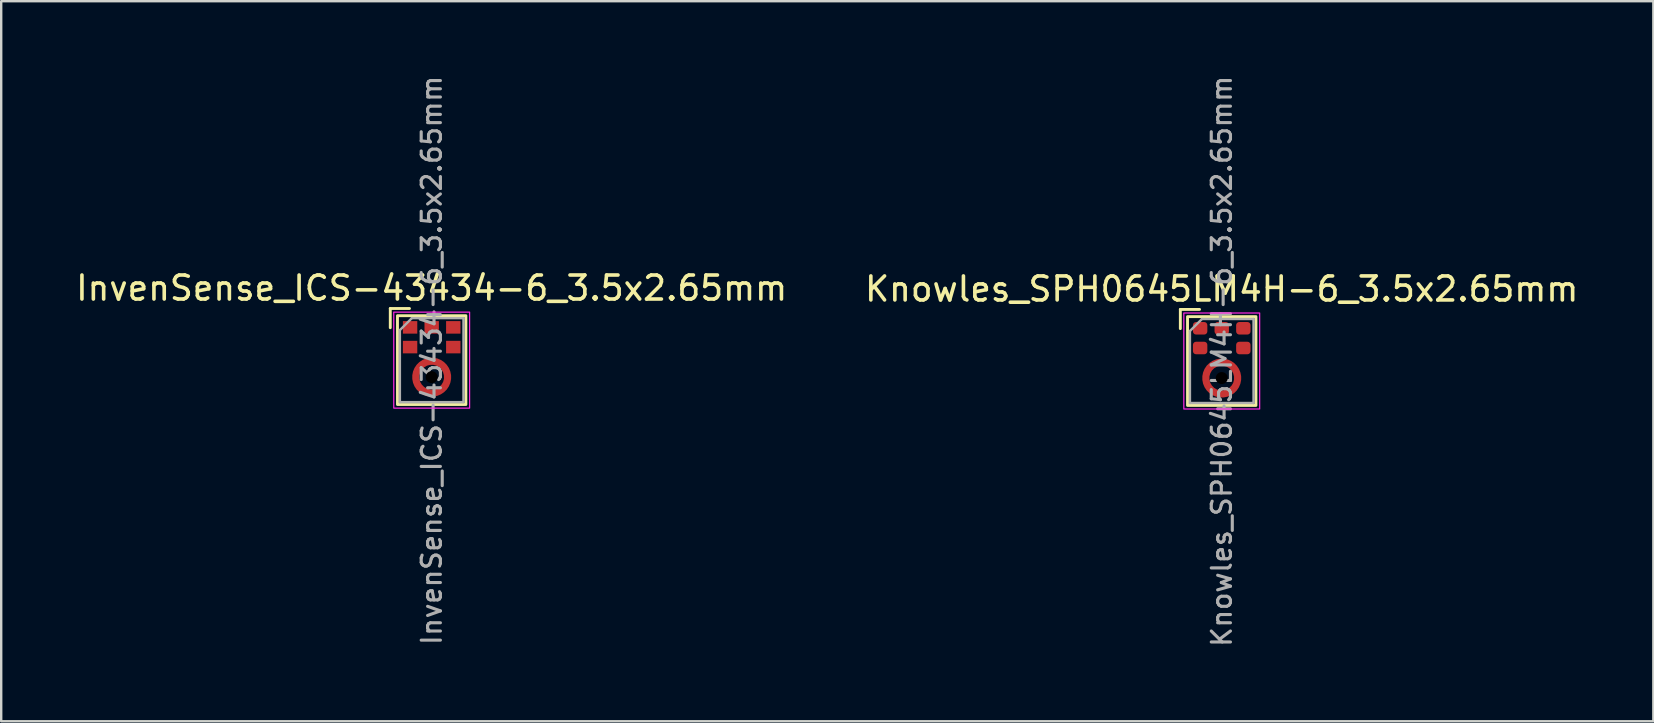
<source format=kicad_pcb>
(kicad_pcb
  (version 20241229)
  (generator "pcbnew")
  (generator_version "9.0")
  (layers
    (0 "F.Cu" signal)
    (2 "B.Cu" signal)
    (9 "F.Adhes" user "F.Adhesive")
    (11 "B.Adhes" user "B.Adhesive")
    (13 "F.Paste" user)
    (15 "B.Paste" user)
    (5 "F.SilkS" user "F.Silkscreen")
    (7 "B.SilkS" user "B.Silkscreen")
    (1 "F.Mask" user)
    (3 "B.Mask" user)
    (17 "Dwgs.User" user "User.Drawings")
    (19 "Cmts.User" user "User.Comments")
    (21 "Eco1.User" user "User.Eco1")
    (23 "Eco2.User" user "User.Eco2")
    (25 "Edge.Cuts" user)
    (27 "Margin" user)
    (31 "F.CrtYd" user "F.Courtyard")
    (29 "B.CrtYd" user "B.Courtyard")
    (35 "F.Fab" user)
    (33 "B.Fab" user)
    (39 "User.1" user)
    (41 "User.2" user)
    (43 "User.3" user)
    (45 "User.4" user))
  (footprint "InvenSense_ICS-43434-6_3.5x2.65mm"
    (layer "F.Cu")
    (at 14.935 11.953)
    (property "Reference" "InvenSense_ICS-43434-6_3.5x2.65mm" (at 0 -3 0) (unlocked yes) (layer "F.SilkS") (effects (font (size 1 1) (thickness 0.15))))
    (attr smd)
    (fp_line (start -1.725 -2.15) (end -1.725 -1.35) (stroke (width 0.12) (type solid)) (layer "F.SilkS"))
    (fp_line (start -0.925 -2.15) (end -1.725 -2.15) (stroke (width 0.12) (type solid)) (layer "F.SilkS"))
    (fp_rect (start -1.425 -1.85) (end 1.425 1.85) (stroke (width 0.12) (type solid)) (fill no) (layer "F.SilkS"))
    (fp_rect (start -1.15 -1.575) (end -0.65 -1.153) (stroke (width 0) (type solid)) (fill yes) (layer "F.Paste"))
    (fp_rect (start -0.65 -0.753) (end -1.15 -0.331) (stroke (width 0) (type solid)) (fill yes) (layer "F.Paste"))
    (fp_rect (start -0.25 -1.575) (end 0.25 -1.153) (stroke (width 0) (type solid)) (fill yes) (layer "F.Paste"))
    (fp_rect (start 0.65 -0.753) (end 1.15 -0.331) (stroke (width 0) (type solid)) (fill yes) (layer "F.Paste"))
    (fp_rect (start 1.15 -1.575) (end 0.65 -1.153) (stroke (width 0) (type solid)) (fill yes) (layer "F.Paste"))
    (fp_poly (pts (xy -0.811 0.66) (xy -0.783 0.494) (xy -0.723 0.338) (xy -0.631 0.198) (xy -0.512 0.079) (xy -0.372 -0.013) (xy -0.215 -0.073) (xy -0.05 -0.101) (xy -0.05 0.15) (xy -0.16 0.171) (xy -0.263 0.213) (xy -0.356 0.275) (xy -0.435 0.354) (xy -0.497 0.447) (xy -0.539 0.55) (xy -0.56 0.66)) (stroke (width 0) (type solid)) (fill yes) (layer "F.Paste"))
    (fp_poly (pts (xy -0.05 1.521) (xy -0.215 1.493) (xy -0.372 1.433) (xy -0.512 1.341) (xy -0.631 1.222) (xy -0.723 1.082) (xy -0.783 0.925) (xy -0.811 0.76) (xy -0.56 0.76) (xy -0.539 0.87) (xy -0.497 0.973) (xy -0.435 1.066) (xy -0.356 1.145) (xy -0.263 1.207) (xy -0.16 1.249) (xy -0.05 1.27)) (stroke (width 0) (type solid)) (fill yes) (layer "F.Paste"))
    (fp_poly (pts (xy 0.05 -0.101) (xy 0.215 -0.073) (xy 0.372 -0.013) (xy 0.512 0.079) (xy 0.631 0.198) (xy 0.723 0.338) (xy 0.783 0.494) (xy 0.811 0.66) (xy 0.56 0.66) (xy 0.539 0.55) (xy 0.497 0.447) (xy 0.435 0.354) (xy 0.356 0.275) (xy 0.263 0.213) (xy 0.16 0.171) (xy 0.05 0.15)) (stroke (width 0) (type solid)) (fill yes) (layer "F.Paste"))
    (fp_poly (pts (xy 0.811 0.76) (xy 0.783 0.925) (xy 0.723 1.082) (xy 0.631 1.222) (xy 0.512 1.341) (xy 0.372 1.433) (xy 0.215 1.493) (xy 0.05 1.521) (xy 0.05 1.27) (xy 0.16 1.249) (xy 0.263 1.207) (xy 0.356 1.145) (xy 0.435 1.066) (xy 0.497 0.973) (xy 0.539 0.87) (xy 0.56 0.76)) (stroke (width 0) (type solid)) (fill yes) (layer "F.Paste"))
    (fp_rect (start -1.58 -2) (end 1.58 2) (stroke (width 0.05) (type solid)) (fill no) (layer "F.CrtYd"))
    (fp_line (start -1.325 -1.25) (end -1.325 1.75) (stroke (width 0.1) (type solid)) (layer "F.Fab"))
    (fp_line (start -1.325 1.75) (end 1.325 1.75) (stroke (width 0.1) (type solid)) (layer "F.Fab"))
    (fp_line (start -0.825 -1.75) (end -1.325 -1.25) (stroke (width 0.1) (type solid)) (layer "F.Fab"))
    (fp_line (start 1.325 -1.75) (end -0.825 -1.75) (stroke (width 0.1) (type solid)) (layer "F.Fab"))
    (fp_line (start 1.325 1.75) (end 1.325 -1.75) (stroke (width 0.1) (type solid)) (layer "F.Fab"))
    (fp_text user "${REFERENCE}" (at 0 0.01 90) (unlocked yes) (layer "F.Fab") (effects (font (size 0.8 0.8) (thickness 0.13))))
    (pad "" np_thru_hole circle (at 0 0.71) (size 0.5 0.5) (drill 0.5) (layers "*.Mask"))
    (pad "1" smd rect (at -0.9 -1.364) (size 0.6 0.522) (layers "F.Cu" "F.Mask"))
    (pad "2" smd rect (at -0.9 -0.542) (size 0.6 0.522) (layers "F.Cu" "F.Mask"))
    (pad "3" smd custom (at 0.662 0.71 90) (size 0.3 0.3) (layers "F.Cu" "F.Mask") (options (anchor circle)) (primitives (gr_circle (center 0 -0.662) (end 0.662 -0.662) (width 0.3) (fill no))))
    (pad "4" smd rect (at 0.9 -0.542) (size 0.6 0.522) (layers "F.Cu" "F.Mask"))
    (pad "5" smd rect (at 0.9 -1.364) (size 0.6 0.522) (layers "F.Cu" "F.Mask"))
    (pad "6" smd rect (at 0 -1.364) (size 0.6 0.522) (layers "F.Cu" "F.Mask")))
  (footprint "Knowles_SPH0645LM4H-6_3.5x2.65mm"
    (layer "F.Cu")
    (at 47.851 11.991)
    (property "Reference" "Knowles_SPH0645LM4H-6_3.5x2.65mm" (at 0 -3 0) (unlocked yes) (layer "F.SilkS") (effects (font (size 1 1) (thickness 0.15))))
    (attr smd)
    (fp_line (start -1.725 -2.15) (end -1.725 -1.35) (stroke (width 0.12) (type solid)) (layer "F.SilkS"))
    (fp_line (start -0.925 -2.15) (end -1.725 -2.15) (stroke (width 0.12) (type solid)) (layer "F.SilkS"))
    (fp_rect (start -1.425 -1.85) (end 1.425 1.85) (stroke (width 0.12) (type solid)) (fill no) (layer "F.SilkS"))
    (fp_poly (pts (xy -0.641 1.209) (xy -0.723 1.08) (xy -0.78 0.937) (xy -0.809 0.787) (xy -0.809 0.633) (xy -0.78 0.483) (xy -0.723 0.34) (xy -0.641 0.211) (xy -0.426 0.425) (xy -0.468 0.501) (xy -0.496 0.582) (xy -0.511 0.667) (xy -0.511 0.753) (xy -0.496 0.838) (xy -0.468 0.919) (xy -0.426 0.995)) (stroke (width 0) (type solid)) (fill yes) (layer "F.Paste"))
    (fp_poly (pts (xy -0.499 0.069) (xy -0.37 -0.013) (xy -0.227 -0.07) (xy -0.077 -0.099) (xy 0.077 -0.099) (xy 0.227 -0.07) (xy 0.37 -0.013) (xy 0.499 0.069) (xy 0.285 0.284) (xy 0.209 0.242) (xy 0.128 0.214) (xy 0.043 0.199) (xy -0.043 0.199) (xy -0.128 0.214) (xy -0.209 0.242) (xy -0.285 0.284)) (stroke (width 0) (type solid)) (fill yes) (layer "F.Paste"))
    (fp_poly (pts (xy 0.499 1.351) (xy 0.37 1.433) (xy 0.227 1.49) (xy 0.077 1.519) (xy -0.077 1.519) (xy -0.227 1.49) (xy -0.37 1.433) (xy -0.499 1.351) (xy -0.285 1.136) (xy -0.209 1.178) (xy -0.128 1.206) (xy -0.043 1.221) (xy 0.043 1.221) (xy 0.128 1.206) (xy 0.209 1.178) (xy 0.285 1.136)) (stroke (width 0) (type solid)) (fill yes) (layer "F.Paste"))
    (fp_poly (pts (xy 0.641 0.211) (xy 0.723 0.34) (xy 0.78 0.483) (xy 0.809 0.633) (xy 0.809 0.787) (xy 0.78 0.937) (xy 0.723 1.08) (xy 0.641 1.209) (xy 0.426 0.995) (xy 0.468 0.919) (xy 0.496 0.838) (xy 0.511 0.753) (xy 0.511 0.667) (xy 0.496 0.582) (xy 0.468 0.501) (xy 0.426 0.425)) (stroke (width 0) (type solid)) (fill yes) (layer "F.Paste"))
    (fp_rect (start -1.58 -2) (end 1.58 2) (stroke (width 0.05) (type solid)) (fill no) (layer "F.CrtYd"))
    (fp_line (start -1.325 -1.25) (end -1.325 1.75) (stroke (width 0.1) (type solid)) (layer "F.Fab"))
    (fp_line (start -1.325 1.75) (end 1.325 1.75) (stroke (width 0.1) (type solid)) (layer "F.Fab"))
    (fp_line (start -0.825 -1.75) (end -1.325 -1.25) (stroke (width 0.1) (type solid)) (layer "F.Fab"))
    (fp_line (start 1.325 -1.75) (end -0.825 -1.75) (stroke (width 0.1) (type solid)) (layer "F.Fab"))
    (fp_line (start 1.325 1.75) (end 1.325 -1.75) (stroke (width 0.1) (type solid)) (layer "F.Fab"))
    (fp_text user "${REFERENCE}" (at 0 0.01 90) (unlocked yes) (layer "F.Fab") (effects (font (size 0.8 0.8) (thickness 0.13))))
    (pad "" np_thru_hole circle (at 0 0.71) (size 0.5 0.5) (drill 0.5) (layers "*.Mask"))
    (pad "1" smd roundrect (at -0.9 -1.364) (size 0.6 0.522) (layers "F.Cu" "F.Mask" "F.Paste") (roundrect_rratio 0.25))
    (pad "2" smd roundrect (at -0.9 -0.542) (size 0.6 0.522) (layers "F.Cu" "F.Mask" "F.Paste") (roundrect_rratio 0.25))
    (pad "3" smd custom (at 0.662 0.71 90) (size 0.3 0.3) (layers "F.Cu" "F.Mask") (options (anchor circle)) (primitives (gr_circle (center 0 -0.662) (end 0.662 -0.662) (width 0.3) (fill no))))
    (pad "4" smd roundrect (at 0.9 -0.542) (size 0.6 0.522) (layers "F.Cu" "F.Mask" "F.Paste") (roundrect_rratio 0.25))
    (pad "5" smd roundrect (at 0.9 -1.364) (size 0.6 0.522) (layers "F.Cu" "F.Mask" "F.Paste") (roundrect_rratio 0.25))
    (pad "6" smd roundrect (at 0 -1.364) (size 0.6 0.522) (layers "F.Cu" "F.Mask" "F.Paste") (roundrect_rratio 0.25)))
  (gr_rect
    (start -3 -3)
    (end 65.833 27.001)
    (stroke (width 0.1) (type default))
    (fill no)
    (layer "Edge.Cuts")))
</source>
